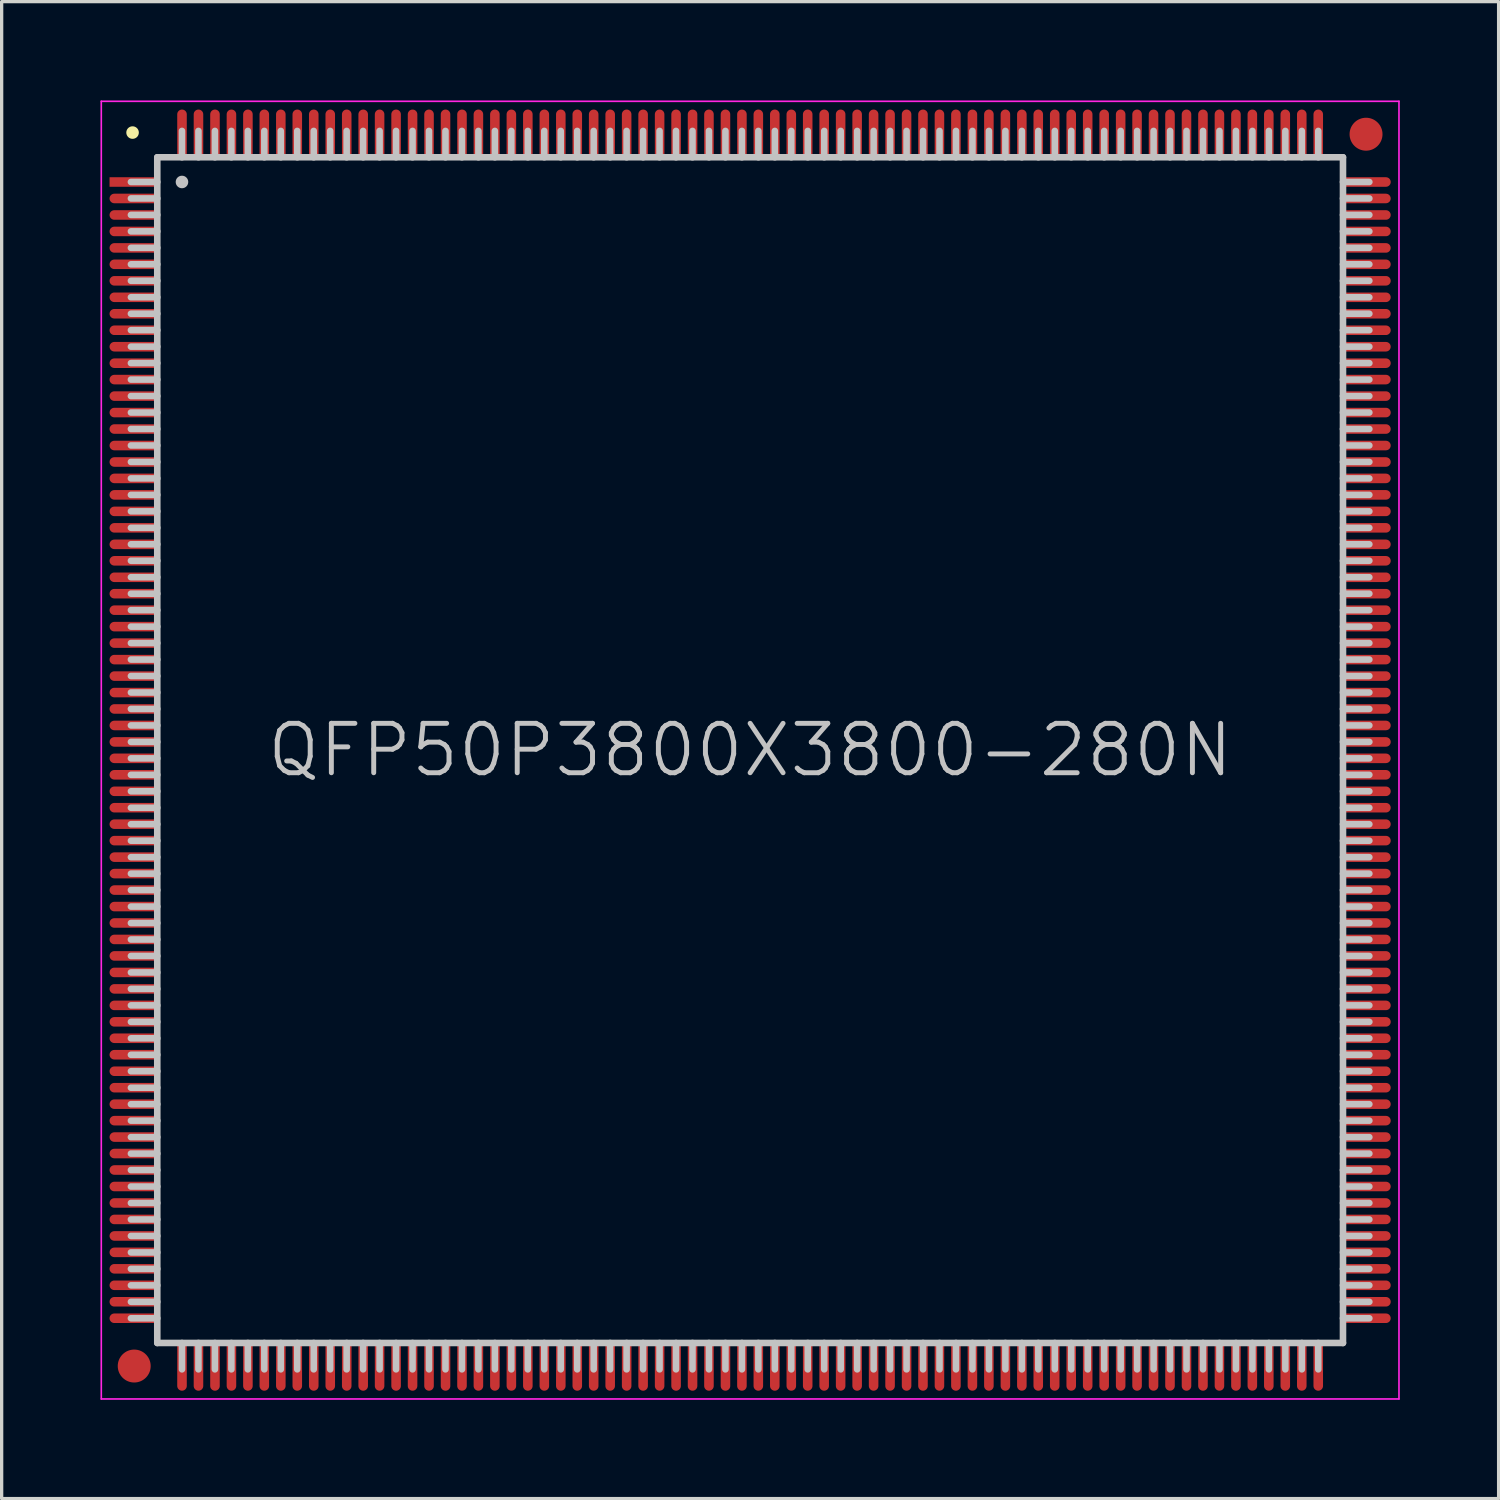
<source format=kicad_pcb>
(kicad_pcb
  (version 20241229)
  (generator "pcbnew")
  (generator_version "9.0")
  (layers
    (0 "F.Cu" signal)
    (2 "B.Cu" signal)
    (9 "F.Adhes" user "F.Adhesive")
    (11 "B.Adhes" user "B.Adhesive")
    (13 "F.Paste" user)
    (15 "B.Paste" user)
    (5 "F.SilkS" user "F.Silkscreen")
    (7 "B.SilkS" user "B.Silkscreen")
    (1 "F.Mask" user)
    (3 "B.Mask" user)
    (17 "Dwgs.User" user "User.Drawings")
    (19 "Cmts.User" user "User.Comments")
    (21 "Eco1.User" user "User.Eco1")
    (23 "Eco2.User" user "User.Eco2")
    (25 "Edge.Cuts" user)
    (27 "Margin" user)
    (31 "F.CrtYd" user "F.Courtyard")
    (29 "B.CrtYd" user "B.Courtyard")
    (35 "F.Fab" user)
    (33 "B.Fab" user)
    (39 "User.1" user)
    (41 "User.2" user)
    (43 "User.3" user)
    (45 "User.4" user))
  (footprint "QFP50P3800X3800-280N"
    (layer "F.Cu")
    (at 19.725 19.725)
    (property "Reference" "QFP50P3800X3800-280N" (at 0 0 0) (layer "Dwgs.User") (effects (font (size 1.5 1.5) (thickness 0.15))))
    (attr smd)
    (fp_line (start -18.75 -18.75) (end -18.75 -18.75) (stroke (width 0.381) (type solid)) (layer "F.SilkS"))
    (fp_line (start -18 -18) (end -18 18) (stroke (width 0.2) (type solid)) (layer "Dwgs.User"))
    (fp_line (start -18 -18) (end 18 -18) (stroke (width 0.2) (type solid)) (layer "Dwgs.User"))
    (fp_line (start -18 -17.25) (end -18.8 -17.25) (stroke (width 0.2) (type solid)) (layer "Dwgs.User"))
    (fp_line (start -18 -16.75) (end -18.8 -16.75) (stroke (width 0.2) (type solid)) (layer "Dwgs.User"))
    (fp_line (start -18 -16.25) (end -18.8 -16.25) (stroke (width 0.2) (type solid)) (layer "Dwgs.User"))
    (fp_line (start -18 -15.75) (end -18.8 -15.75) (stroke (width 0.2) (type solid)) (layer "Dwgs.User"))
    (fp_line (start -18 -15.25) (end -18.8 -15.25) (stroke (width 0.2) (type solid)) (layer "Dwgs.User"))
    (fp_line (start -18 -14.75) (end -18.8 -14.75) (stroke (width 0.2) (type solid)) (layer "Dwgs.User"))
    (fp_line (start -18 -14.25) (end -18.8 -14.25) (stroke (width 0.2) (type solid)) (layer "Dwgs.User"))
    (fp_line (start -18 -13.75) (end -18.8 -13.75) (stroke (width 0.2) (type solid)) (layer "Dwgs.User"))
    (fp_line (start -18 -13.25) (end -18.8 -13.25) (stroke (width 0.2) (type solid)) (layer "Dwgs.User"))
    (fp_line (start -18 -12.75) (end -18.8 -12.75) (stroke (width 0.2) (type solid)) (layer "Dwgs.User"))
    (fp_line (start -18 -12.25) (end -18.8 -12.25) (stroke (width 0.2) (type solid)) (layer "Dwgs.User"))
    (fp_line (start -18 -11.75) (end -18.8 -11.75) (stroke (width 0.2) (type solid)) (layer "Dwgs.User"))
    (fp_line (start -18 -11.25) (end -18.8 -11.25) (stroke (width 0.2) (type solid)) (layer "Dwgs.User"))
    (fp_line (start -18 -10.75) (end -18.8 -10.75) (stroke (width 0.2) (type solid)) (layer "Dwgs.User"))
    (fp_line (start -18 -10.25) (end -18.8 -10.25) (stroke (width 0.2) (type solid)) (layer "Dwgs.User"))
    (fp_line (start -18 -9.75) (end -18.8 -9.75) (stroke (width 0.2) (type solid)) (layer "Dwgs.User"))
    (fp_line (start -18 -9.25) (end -18.8 -9.25) (stroke (width 0.2) (type solid)) (layer "Dwgs.User"))
    (fp_line (start -18 -8.75) (end -18.8 -8.75) (stroke (width 0.2) (type solid)) (layer "Dwgs.User"))
    (fp_line (start -18 -8.25) (end -18.8 -8.25) (stroke (width 0.2) (type solid)) (layer "Dwgs.User"))
    (fp_line (start -18 -7.75) (end -18.8 -7.75) (stroke (width 0.2) (type solid)) (layer "Dwgs.User"))
    (fp_line (start -18 -7.25) (end -18.8 -7.25) (stroke (width 0.2) (type solid)) (layer "Dwgs.User"))
    (fp_line (start -18 -6.75) (end -18.8 -6.75) (stroke (width 0.2) (type solid)) (layer "Dwgs.User"))
    (fp_line (start -18 -6.25) (end -18.8 -6.25) (stroke (width 0.2) (type solid)) (layer "Dwgs.User"))
    (fp_line (start -18 -5.75) (end -18.8 -5.75) (stroke (width 0.2) (type solid)) (layer "Dwgs.User"))
    (fp_line (start -18 -5.25) (end -18.8 -5.25) (stroke (width 0.2) (type solid)) (layer "Dwgs.User"))
    (fp_line (start -18 -4.75) (end -18.8 -4.75) (stroke (width 0.2) (type solid)) (layer "Dwgs.User"))
    (fp_line (start -18 -4.25) (end -18.8 -4.25) (stroke (width 0.2) (type solid)) (layer "Dwgs.User"))
    (fp_line (start -18 -3.75) (end -18.8 -3.75) (stroke (width 0.2) (type solid)) (layer "Dwgs.User"))
    (fp_line (start -18 -3.25) (end -18.8 -3.25) (stroke (width 0.2) (type solid)) (layer "Dwgs.User"))
    (fp_line (start -18 -2.75) (end -18.8 -2.75) (stroke (width 0.2) (type solid)) (layer "Dwgs.User"))
    (fp_line (start -18 -2.25) (end -18.8 -2.25) (stroke (width 0.2) (type solid)) (layer "Dwgs.User"))
    (fp_line (start -18 -1.75) (end -18.8 -1.75) (stroke (width 0.2) (type solid)) (layer "Dwgs.User"))
    (fp_line (start -18 -1.25) (end -18.8 -1.25) (stroke (width 0.2) (type solid)) (layer "Dwgs.User"))
    (fp_line (start -18 -0.75) (end -18.8 -0.75) (stroke (width 0.2) (type solid)) (layer "Dwgs.User"))
    (fp_line (start -18 -0.25) (end -18.8 -0.25) (stroke (width 0.2) (type solid)) (layer "Dwgs.User"))
    (fp_line (start -18 0.25) (end -18.8 0.25) (stroke (width 0.2) (type solid)) (layer "Dwgs.User"))
    (fp_line (start -18 0.75) (end -18.8 0.75) (stroke (width 0.2) (type solid)) (layer "Dwgs.User"))
    (fp_line (start -18 1.25) (end -18.8 1.25) (stroke (width 0.2) (type solid)) (layer "Dwgs.User"))
    (fp_line (start -18 1.75) (end -18.8 1.75) (stroke (width 0.2) (type solid)) (layer "Dwgs.User"))
    (fp_line (start -18 2.25) (end -18.8 2.25) (stroke (width 0.2) (type solid)) (layer "Dwgs.User"))
    (fp_line (start -18 2.75) (end -18.8 2.75) (stroke (width 0.2) (type solid)) (layer "Dwgs.User"))
    (fp_line (start -18 3.25) (end -18.8 3.25) (stroke (width 0.2) (type solid)) (layer "Dwgs.User"))
    (fp_line (start -18 3.75) (end -18.8 3.75) (stroke (width 0.2) (type solid)) (layer "Dwgs.User"))
    (fp_line (start -18 4.25) (end -18.8 4.25) (stroke (width 0.2) (type solid)) (layer "Dwgs.User"))
    (fp_line (start -18 4.75) (end -18.8 4.75) (stroke (width 0.2) (type solid)) (layer "Dwgs.User"))
    (fp_line (start -18 5.25) (end -18.8 5.25) (stroke (width 0.2) (type solid)) (layer "Dwgs.User"))
    (fp_line (start -18 5.75) (end -18.8 5.75) (stroke (width 0.2) (type solid)) (layer "Dwgs.User"))
    (fp_line (start -18 6.25) (end -18.8 6.25) (stroke (width 0.2) (type solid)) (layer "Dwgs.User"))
    (fp_line (start -18 6.75) (end -18.8 6.75) (stroke (width 0.2) (type solid)) (layer "Dwgs.User"))
    (fp_line (start -18 7.25) (end -18.8 7.25) (stroke (width 0.2) (type solid)) (layer "Dwgs.User"))
    (fp_line (start -18 7.75) (end -18.8 7.75) (stroke (width 0.2) (type solid)) (layer "Dwgs.User"))
    (fp_line (start -18 8.25) (end -18.8 8.25) (stroke (width 0.2) (type solid)) (layer "Dwgs.User"))
    (fp_line (start -18 8.75) (end -18.8 8.75) (stroke (width 0.2) (type solid)) (layer "Dwgs.User"))
    (fp_line (start -18 9.25) (end -18.8 9.25) (stroke (width 0.2) (type solid)) (layer "Dwgs.User"))
    (fp_line (start -18 9.75) (end -18.8 9.75) (stroke (width 0.2) (type solid)) (layer "Dwgs.User"))
    (fp_line (start -18 10.25) (end -18.8 10.25) (stroke (width 0.2) (type solid)) (layer "Dwgs.User"))
    (fp_line (start -18 10.75) (end -18.8 10.75) (stroke (width 0.2) (type solid)) (layer "Dwgs.User"))
    (fp_line (start -18 11.25) (end -18.8 11.25) (stroke (width 0.2) (type solid)) (layer "Dwgs.User"))
    (fp_line (start -18 11.75) (end -18.8 11.75) (stroke (width 0.2) (type solid)) (layer "Dwgs.User"))
    (fp_line (start -18 12.25) (end -18.8 12.25) (stroke (width 0.2) (type solid)) (layer "Dwgs.User"))
    (fp_line (start -18 12.75) (end -18.8 12.75) (stroke (width 0.2) (type solid)) (layer "Dwgs.User"))
    (fp_line (start -18 13.25) (end -18.8 13.25) (stroke (width 0.2) (type solid)) (layer "Dwgs.User"))
    (fp_line (start -18 13.75) (end -18.8 13.75) (stroke (width 0.2) (type solid)) (layer "Dwgs.User"))
    (fp_line (start -18 14.25) (end -18.8 14.25) (stroke (width 0.2) (type solid)) (layer "Dwgs.User"))
    (fp_line (start -18 14.75) (end -18.8 14.75) (stroke (width 0.2) (type solid)) (layer "Dwgs.User"))
    (fp_line (start -18 15.25) (end -18.8 15.25) (stroke (width 0.2) (type solid)) (layer "Dwgs.User"))
    (fp_line (start -18 15.75) (end -18.8 15.75) (stroke (width 0.2) (type solid)) (layer "Dwgs.User"))
    (fp_line (start -18 16.25) (end -18.8 16.25) (stroke (width 0.2) (type solid)) (layer "Dwgs.User"))
    (fp_line (start -18 16.75) (end -18.8 16.75) (stroke (width 0.2) (type solid)) (layer "Dwgs.User"))
    (fp_line (start -18 17.25) (end -18.8 17.25) (stroke (width 0.2) (type solid)) (layer "Dwgs.User"))
    (fp_line (start -18 18) (end 18 18) (stroke (width 0.2) (type solid)) (layer "Dwgs.User"))
    (fp_line (start -17.25 -18) (end -17.25 -18.8) (stroke (width 0.2) (type solid)) (layer "Dwgs.User"))
    (fp_line (start -17.25 -17.25) (end -17.25 -17.25) (stroke (width 0.381) (type solid)) (layer "Dwgs.User"))
    (fp_line (start -17.25 18.8) (end -17.25 18) (stroke (width 0.2) (type solid)) (layer "Dwgs.User"))
    (fp_line (start -16.75 -18) (end -16.75 -18.8) (stroke (width 0.2) (type solid)) (layer "Dwgs.User"))
    (fp_line (start -16.75 18.8) (end -16.75 18) (stroke (width 0.2) (type solid)) (layer "Dwgs.User"))
    (fp_line (start -16.25 -18) (end -16.25 -18.8) (stroke (width 0.2) (type solid)) (layer "Dwgs.User"))
    (fp_line (start -16.25 18.8) (end -16.25 18) (stroke (width 0.2) (type solid)) (layer "Dwgs.User"))
    (fp_line (start -15.75 -18) (end -15.75 -18.8) (stroke (width 0.2) (type solid)) (layer "Dwgs.User"))
    (fp_line (start -15.75 18.8) (end -15.75 18) (stroke (width 0.2) (type solid)) (layer "Dwgs.User"))
    (fp_line (start -15.25 -18) (end -15.25 -18.8) (stroke (width 0.2) (type solid)) (layer "Dwgs.User"))
    (fp_line (start -15.25 18.8) (end -15.25 18) (stroke (width 0.2) (type solid)) (layer "Dwgs.User"))
    (fp_line (start -14.75 -18) (end -14.75 -18.8) (stroke (width 0.2) (type solid)) (layer "Dwgs.User"))
    (fp_line (start -14.75 18.8) (end -14.75 18) (stroke (width 0.2) (type solid)) (layer "Dwgs.User"))
    (fp_line (start -14.25 -18) (end -14.25 -18.8) (stroke (width 0.2) (type solid)) (layer "Dwgs.User"))
    (fp_line (start -14.25 18.8) (end -14.25 18) (stroke (width 0.2) (type solid)) (layer "Dwgs.User"))
    (fp_line (start -13.75 -18) (end -13.75 -18.8) (stroke (width 0.2) (type solid)) (layer "Dwgs.User"))
    (fp_line (start -13.75 18.8) (end -13.75 18) (stroke (width 0.2) (type solid)) (layer "Dwgs.User"))
    (fp_line (start -13.25 -18) (end -13.25 -18.8) (stroke (width 0.2) (type solid)) (layer "Dwgs.User"))
    (fp_line (start -13.25 18.8) (end -13.25 18) (stroke (width 0.2) (type solid)) (layer "Dwgs.User"))
    (fp_line (start -12.75 -18) (end -12.75 -18.8) (stroke (width 0.2) (type solid)) (layer "Dwgs.User"))
    (fp_line (start -12.75 18.8) (end -12.75 18) (stroke (width 0.2) (type solid)) (layer "Dwgs.User"))
    (fp_line (start -12.25 -18) (end -12.25 -18.8) (stroke (width 0.2) (type solid)) (layer "Dwgs.User"))
    (fp_line (start -12.25 18.8) (end -12.25 18) (stroke (width 0.2) (type solid)) (layer "Dwgs.User"))
    (fp_line (start -11.75 -18) (end -11.75 -18.8) (stroke (width 0.2) (type solid)) (layer "Dwgs.User"))
    (fp_line (start -11.75 18.8) (end -11.75 18) (stroke (width 0.2) (type solid)) (layer "Dwgs.User"))
    (fp_line (start -11.25 -18) (end -11.25 -18.8) (stroke (width 0.2) (type solid)) (layer "Dwgs.User"))
    (fp_line (start -11.25 18.8) (end -11.25 18) (stroke (width 0.2) (type solid)) (layer "Dwgs.User"))
    (fp_line (start -10.75 -18) (end -10.75 -18.8) (stroke (width 0.2) (type solid)) (layer "Dwgs.User"))
    (fp_line (start -10.75 18.8) (end -10.75 18) (stroke (width 0.2) (type solid)) (layer "Dwgs.User"))
    (fp_line (start -10.25 -18) (end -10.25 -18.8) (stroke (width 0.2) (type solid)) (layer "Dwgs.User"))
    (fp_line (start -10.25 18.8) (end -10.25 18) (stroke (width 0.2) (type solid)) (layer "Dwgs.User"))
    (fp_line (start -9.75 -18) (end -9.75 -18.8) (stroke (width 0.2) (type solid)) (layer "Dwgs.User"))
    (fp_line (start -9.75 18.8) (end -9.75 18) (stroke (width 0.2) (type solid)) (layer "Dwgs.User"))
    (fp_line (start -9.25 -18) (end -9.25 -18.8) (stroke (width 0.2) (type solid)) (layer "Dwgs.User"))
    (fp_line (start -9.25 18.8) (end -9.25 18) (stroke (width 0.2) (type solid)) (layer "Dwgs.User"))
    (fp_line (start -8.75 -18) (end -8.75 -18.8) (stroke (width 0.2) (type solid)) (layer "Dwgs.User"))
    (fp_line (start -8.75 18.8) (end -8.75 18) (stroke (width 0.2) (type solid)) (layer "Dwgs.User"))
    (fp_line (start -8.25 -18) (end -8.25 -18.8) (stroke (width 0.2) (type solid)) (layer "Dwgs.User"))
    (fp_line (start -8.25 18.8) (end -8.25 18) (stroke (width 0.2) (type solid)) (layer "Dwgs.User"))
    (fp_line (start -7.75 -18) (end -7.75 -18.8) (stroke (width 0.2) (type solid)) (layer "Dwgs.User"))
    (fp_line (start -7.75 18.8) (end -7.75 18) (stroke (width 0.2) (type solid)) (layer "Dwgs.User"))
    (fp_line (start -7.25 -18) (end -7.25 -18.8) (stroke (width 0.2) (type solid)) (layer "Dwgs.User"))
    (fp_line (start -7.25 18.8) (end -7.25 18) (stroke (width 0.2) (type solid)) (layer "Dwgs.User"))
    (fp_line (start -6.75 -18) (end -6.75 -18.8) (stroke (width 0.2) (type solid)) (layer "Dwgs.User"))
    (fp_line (start -6.75 18.8) (end -6.75 18) (stroke (width 0.2) (type solid)) (layer "Dwgs.User"))
    (fp_line (start -6.25 -18) (end -6.25 -18.8) (stroke (width 0.2) (type solid)) (layer "Dwgs.User"))
    (fp_line (start -6.25 18.8) (end -6.25 18) (stroke (width 0.2) (type solid)) (layer "Dwgs.User"))
    (fp_line (start -5.75 -18) (end -5.75 -18.8) (stroke (width 0.2) (type solid)) (layer "Dwgs.User"))
    (fp_line (start -5.75 18.8) (end -5.75 18) (stroke (width 0.2) (type solid)) (layer "Dwgs.User"))
    (fp_line (start -5.25 -18) (end -5.25 -18.8) (stroke (width 0.2) (type solid)) (layer "Dwgs.User"))
    (fp_line (start -5.25 18.8) (end -5.25 18) (stroke (width 0.2) (type solid)) (layer "Dwgs.User"))
    (fp_line (start -4.75 -18) (end -4.75 -18.8) (stroke (width 0.2) (type solid)) (layer "Dwgs.User"))
    (fp_line (start -4.75 18.8) (end -4.75 18) (stroke (width 0.2) (type solid)) (layer "Dwgs.User"))
    (fp_line (start -4.25 -18) (end -4.25 -18.8) (stroke (width 0.2) (type solid)) (layer "Dwgs.User"))
    (fp_line (start -4.25 18.8) (end -4.25 18) (stroke (width 0.2) (type solid)) (layer "Dwgs.User"))
    (fp_line (start -3.75 -18) (end -3.75 -18.8) (stroke (width 0.2) (type solid)) (layer "Dwgs.User"))
    (fp_line (start -3.75 18.8) (end -3.75 18) (stroke (width 0.2) (type solid)) (layer "Dwgs.User"))
    (fp_line (start -3.25 -18) (end -3.25 -18.8) (stroke (width 0.2) (type solid)) (layer "Dwgs.User"))
    (fp_line (start -3.25 18.8) (end -3.25 18) (stroke (width 0.2) (type solid)) (layer "Dwgs.User"))
    (fp_line (start -2.75 -18) (end -2.75 -18.8) (stroke (width 0.2) (type solid)) (layer "Dwgs.User"))
    (fp_line (start -2.75 18.8) (end -2.75 18) (stroke (width 0.2) (type solid)) (layer "Dwgs.User"))
    (fp_line (start -2.25 -18) (end -2.25 -18.8) (stroke (width 0.2) (type solid)) (layer "Dwgs.User"))
    (fp_line (start -2.25 18.8) (end -2.25 18) (stroke (width 0.2) (type solid)) (layer "Dwgs.User"))
    (fp_line (start -1.75 -18) (end -1.75 -18.8) (stroke (width 0.2) (type solid)) (layer "Dwgs.User"))
    (fp_line (start -1.75 18.8) (end -1.75 18) (stroke (width 0.2) (type solid)) (layer "Dwgs.User"))
    (fp_line (start -1.25 -18) (end -1.25 -18.8) (stroke (width 0.2) (type solid)) (layer "Dwgs.User"))
    (fp_line (start -1.25 18.8) (end -1.25 18) (stroke (width 0.2) (type solid)) (layer "Dwgs.User"))
    (fp_line (start -0.75 -18) (end -0.75 -18.8) (stroke (width 0.2) (type solid)) (layer "Dwgs.User"))
    (fp_line (start -0.75 18.8) (end -0.75 18) (stroke (width 0.2) (type solid)) (layer "Dwgs.User"))
    (fp_line (start -0.25 -18) (end -0.25 -18.8) (stroke (width 0.2) (type solid)) (layer "Dwgs.User"))
    (fp_line (start -0.25 18.8) (end -0.25 18) (stroke (width 0.2) (type solid)) (layer "Dwgs.User"))
    (fp_line (start 0.25 -18) (end 0.25 -18.8) (stroke (width 0.2) (type solid)) (layer "Dwgs.User"))
    (fp_line (start 0.25 18.8) (end 0.25 18) (stroke (width 0.2) (type solid)) (layer "Dwgs.User"))
    (fp_line (start 0.75 -18) (end 0.75 -18.8) (stroke (width 0.2) (type solid)) (layer "Dwgs.User"))
    (fp_line (start 0.75 18.8) (end 0.75 18) (stroke (width 0.2) (type solid)) (layer "Dwgs.User"))
    (fp_line (start 1.25 -18) (end 1.25 -18.8) (stroke (width 0.2) (type solid)) (layer "Dwgs.User"))
    (fp_line (start 1.25 18.8) (end 1.25 18) (stroke (width 0.2) (type solid)) (layer "Dwgs.User"))
    (fp_line (start 1.75 -18) (end 1.75 -18.8) (stroke (width 0.2) (type solid)) (layer "Dwgs.User"))
    (fp_line (start 1.75 18.8) (end 1.75 18) (stroke (width 0.2) (type solid)) (layer "Dwgs.User"))
    (fp_line (start 2.25 -18) (end 2.25 -18.8) (stroke (width 0.2) (type solid)) (layer "Dwgs.User"))
    (fp_line (start 2.25 18.8) (end 2.25 18) (stroke (width 0.2) (type solid)) (layer "Dwgs.User"))
    (fp_line (start 2.75 -18) (end 2.75 -18.8) (stroke (width 0.2) (type solid)) (layer "Dwgs.User"))
    (fp_line (start 2.75 18.8) (end 2.75 18) (stroke (width 0.2) (type solid)) (layer "Dwgs.User"))
    (fp_line (start 3.25 -18) (end 3.25 -18.8) (stroke (width 0.2) (type solid)) (layer "Dwgs.User"))
    (fp_line (start 3.25 18.8) (end 3.25 18) (stroke (width 0.2) (type solid)) (layer "Dwgs.User"))
    (fp_line (start 3.75 -18) (end 3.75 -18.8) (stroke (width 0.2) (type solid)) (layer "Dwgs.User"))
    (fp_line (start 3.75 18.8) (end 3.75 18) (stroke (width 0.2) (type solid)) (layer "Dwgs.User"))
    (fp_line (start 4.25 -18) (end 4.25 -18.8) (stroke (width 0.2) (type solid)) (layer "Dwgs.User"))
    (fp_line (start 4.25 18.8) (end 4.25 18) (stroke (width 0.2) (type solid)) (layer "Dwgs.User"))
    (fp_line (start 4.75 -18) (end 4.75 -18.8) (stroke (width 0.2) (type solid)) (layer "Dwgs.User"))
    (fp_line (start 4.75 18.8) (end 4.75 18) (stroke (width 0.2) (type solid)) (layer "Dwgs.User"))
    (fp_line (start 5.25 -18) (end 5.25 -18.8) (stroke (width 0.2) (type solid)) (layer "Dwgs.User"))
    (fp_line (start 5.25 18.8) (end 5.25 18) (stroke (width 0.2) (type solid)) (layer "Dwgs.User"))
    (fp_line (start 5.75 -18) (end 5.75 -18.8) (stroke (width 0.2) (type solid)) (layer "Dwgs.User"))
    (fp_line (start 5.75 18.8) (end 5.75 18) (stroke (width 0.2) (type solid)) (layer "Dwgs.User"))
    (fp_line (start 6.25 -18) (end 6.25 -18.8) (stroke (width 0.2) (type solid)) (layer "Dwgs.User"))
    (fp_line (start 6.25 18.8) (end 6.25 18) (stroke (width 0.2) (type solid)) (layer "Dwgs.User"))
    (fp_line (start 6.75 -18) (end 6.75 -18.8) (stroke (width 0.2) (type solid)) (layer "Dwgs.User"))
    (fp_line (start 6.75 18.8) (end 6.75 18) (stroke (width 0.2) (type solid)) (layer "Dwgs.User"))
    (fp_line (start 7.25 -18) (end 7.25 -18.8) (stroke (width 0.2) (type solid)) (layer "Dwgs.User"))
    (fp_line (start 7.25 18.8) (end 7.25 18) (stroke (width 0.2) (type solid)) (layer "Dwgs.User"))
    (fp_line (start 7.75 -18) (end 7.75 -18.8) (stroke (width 0.2) (type solid)) (layer "Dwgs.User"))
    (fp_line (start 7.75 18.8) (end 7.75 18) (stroke (width 0.2) (type solid)) (layer "Dwgs.User"))
    (fp_line (start 8.25 -18) (end 8.25 -18.8) (stroke (width 0.2) (type solid)) (layer "Dwgs.User"))
    (fp_line (start 8.25 18.8) (end 8.25 18) (stroke (width 0.2) (type solid)) (layer "Dwgs.User"))
    (fp_line (start 8.75 -18) (end 8.75 -18.8) (stroke (width 0.2) (type solid)) (layer "Dwgs.User"))
    (fp_line (start 8.75 18.8) (end 8.75 18) (stroke (width 0.2) (type solid)) (layer "Dwgs.User"))
    (fp_line (start 9.25 -18) (end 9.25 -18.8) (stroke (width 0.2) (type solid)) (layer "Dwgs.User"))
    (fp_line (start 9.25 18.8) (end 9.25 18) (stroke (width 0.2) (type solid)) (layer "Dwgs.User"))
    (fp_line (start 9.75 -18) (end 9.75 -18.8) (stroke (width 0.2) (type solid)) (layer "Dwgs.User"))
    (fp_line (start 9.75 18.8) (end 9.75 18) (stroke (width 0.2) (type solid)) (layer "Dwgs.User"))
    (fp_line (start 10.25 -18) (end 10.25 -18.8) (stroke (width 0.2) (type solid)) (layer "Dwgs.User"))
    (fp_line (start 10.25 18.8) (end 10.25 18) (stroke (width 0.2) (type solid)) (layer "Dwgs.User"))
    (fp_line (start 10.75 -18) (end 10.75 -18.8) (stroke (width 0.2) (type solid)) (layer "Dwgs.User"))
    (fp_line (start 10.75 18.8) (end 10.75 18) (stroke (width 0.2) (type solid)) (layer "Dwgs.User"))
    (fp_line (start 11.25 -18) (end 11.25 -18.8) (stroke (width 0.2) (type solid)) (layer "Dwgs.User"))
    (fp_line (start 11.25 18.8) (end 11.25 18) (stroke (width 0.2) (type solid)) (layer "Dwgs.User"))
    (fp_line (start 11.75 -18) (end 11.75 -18.8) (stroke (width 0.2) (type solid)) (layer "Dwgs.User"))
    (fp_line (start 11.75 18.8) (end 11.75 18) (stroke (width 0.2) (type solid)) (layer "Dwgs.User"))
    (fp_line (start 12.25 -18) (end 12.25 -18.8) (stroke (width 0.2) (type solid)) (layer "Dwgs.User"))
    (fp_line (start 12.25 18.8) (end 12.25 18) (stroke (width 0.2) (type solid)) (layer "Dwgs.User"))
    (fp_line (start 12.75 -18) (end 12.75 -18.8) (stroke (width 0.2) (type solid)) (layer "Dwgs.User"))
    (fp_line (start 12.75 18.8) (end 12.75 18) (stroke (width 0.2) (type solid)) (layer "Dwgs.User"))
    (fp_line (start 13.25 -18) (end 13.25 -18.8) (stroke (width 0.2) (type solid)) (layer "Dwgs.User"))
    (fp_line (start 13.25 18.8) (end 13.25 18) (stroke (width 0.2) (type solid)) (layer "Dwgs.User"))
    (fp_line (start 13.75 -18) (end 13.75 -18.8) (stroke (width 0.2) (type solid)) (layer "Dwgs.User"))
    (fp_line (start 13.75 18.8) (end 13.75 18) (stroke (width 0.2) (type solid)) (layer "Dwgs.User"))
    (fp_line (start 14.25 -18) (end 14.25 -18.8) (stroke (width 0.2) (type solid)) (layer "Dwgs.User"))
    (fp_line (start 14.25 18.8) (end 14.25 18) (stroke (width 0.2) (type solid)) (layer "Dwgs.User"))
    (fp_line (start 14.75 -18) (end 14.75 -18.8) (stroke (width 0.2) (type solid)) (layer "Dwgs.User"))
    (fp_line (start 14.75 18.8) (end 14.75 18) (stroke (width 0.2) (type solid)) (layer "Dwgs.User"))
    (fp_line (start 15.25 -18) (end 15.25 -18.8) (stroke (width 0.2) (type solid)) (layer "Dwgs.User"))
    (fp_line (start 15.25 18.8) (end 15.25 18) (stroke (width 0.2) (type solid)) (layer "Dwgs.User"))
    (fp_line (start 15.75 -18) (end 15.75 -18.8) (stroke (width 0.2) (type solid)) (layer "Dwgs.User"))
    (fp_line (start 15.75 18.8) (end 15.75 18) (stroke (width 0.2) (type solid)) (layer "Dwgs.User"))
    (fp_line (start 16.25 -18) (end 16.25 -18.8) (stroke (width 0.2) (type solid)) (layer "Dwgs.User"))
    (fp_line (start 16.25 18.8) (end 16.25 18) (stroke (width 0.2) (type solid)) (layer "Dwgs.User"))
    (fp_line (start 16.75 -18) (end 16.75 -18.8) (stroke (width 0.2) (type solid)) (layer "Dwgs.User"))
    (fp_line (start 16.75 18.8) (end 16.75 18) (stroke (width 0.2) (type solid)) (layer "Dwgs.User"))
    (fp_line (start 17.25 -18) (end 17.25 -18.8) (stroke (width 0.2) (type solid)) (layer "Dwgs.User"))
    (fp_line (start 17.25 18.8) (end 17.25 18) (stroke (width 0.2) (type solid)) (layer "Dwgs.User"))
    (fp_line (start 18 -18) (end 18 18) (stroke (width 0.2) (type solid)) (layer "Dwgs.User"))
    (fp_line (start 18.8 -17.25) (end 18 -17.25) (stroke (width 0.2) (type solid)) (layer "Dwgs.User"))
    (fp_line (start 18.8 -16.75) (end 18 -16.75) (stroke (width 0.2) (type solid)) (layer "Dwgs.User"))
    (fp_line (start 18.8 -16.25) (end 18 -16.25) (stroke (width 0.2) (type solid)) (layer "Dwgs.User"))
    (fp_line (start 18.8 -15.75) (end 18 -15.75) (stroke (width 0.2) (type solid)) (layer "Dwgs.User"))
    (fp_line (start 18.8 -15.25) (end 18 -15.25) (stroke (width 0.2) (type solid)) (layer "Dwgs.User"))
    (fp_line (start 18.8 -14.75) (end 18 -14.75) (stroke (width 0.2) (type solid)) (layer "Dwgs.User"))
    (fp_line (start 18.8 -14.25) (end 18 -14.25) (stroke (width 0.2) (type solid)) (layer "Dwgs.User"))
    (fp_line (start 18.8 -13.75) (end 18 -13.75) (stroke (width 0.2) (type solid)) (layer "Dwgs.User"))
    (fp_line (start 18.8 -13.25) (end 18 -13.25) (stroke (width 0.2) (type solid)) (layer "Dwgs.User"))
    (fp_line (start 18.8 -12.75) (end 18 -12.75) (stroke (width 0.2) (type solid)) (layer "Dwgs.User"))
    (fp_line (start 18.8 -12.25) (end 18 -12.25) (stroke (width 0.2) (type solid)) (layer "Dwgs.User"))
    (fp_line (start 18.8 -11.75) (end 18 -11.75) (stroke (width 0.2) (type solid)) (layer "Dwgs.User"))
    (fp_line (start 18.8 -11.25) (end 18 -11.25) (stroke (width 0.2) (type solid)) (layer "Dwgs.User"))
    (fp_line (start 18.8 -10.75) (end 18 -10.75) (stroke (width 0.2) (type solid)) (layer "Dwgs.User"))
    (fp_line (start 18.8 -10.25) (end 18 -10.25) (stroke (width 0.2) (type solid)) (layer "Dwgs.User"))
    (fp_line (start 18.8 -9.75) (end 18 -9.75) (stroke (width 0.2) (type solid)) (layer "Dwgs.User"))
    (fp_line (start 18.8 -9.25) (end 18 -9.25) (stroke (width 0.2) (type solid)) (layer "Dwgs.User"))
    (fp_line (start 18.8 -8.75) (end 18 -8.75) (stroke (width 0.2) (type solid)) (layer "Dwgs.User"))
    (fp_line (start 18.8 -8.25) (end 18 -8.25) (stroke (width 0.2) (type solid)) (layer "Dwgs.User"))
    (fp_line (start 18.8 -7.75) (end 18 -7.75) (stroke (width 0.2) (type solid)) (layer "Dwgs.User"))
    (fp_line (start 18.8 -7.25) (end 18 -7.25) (stroke (width 0.2) (type solid)) (layer "Dwgs.User"))
    (fp_line (start 18.8 -6.75) (end 18 -6.75) (stroke (width 0.2) (type solid)) (layer "Dwgs.User"))
    (fp_line (start 18.8 -6.25) (end 18 -6.25) (stroke (width 0.2) (type solid)) (layer "Dwgs.User"))
    (fp_line (start 18.8 -5.75) (end 18 -5.75) (stroke (width 0.2) (type solid)) (layer "Dwgs.User"))
    (fp_line (start 18.8 -5.25) (end 18 -5.25) (stroke (width 0.2) (type solid)) (layer "Dwgs.User"))
    (fp_line (start 18.8 -4.75) (end 18 -4.75) (stroke (width 0.2) (type solid)) (layer "Dwgs.User"))
    (fp_line (start 18.8 -4.25) (end 18 -4.25) (stroke (width 0.2) (type solid)) (layer "Dwgs.User"))
    (fp_line (start 18.8 -3.75) (end 18 -3.75) (stroke (width 0.2) (type solid)) (layer "Dwgs.User"))
    (fp_line (start 18.8 -3.25) (end 18 -3.25) (stroke (width 0.2) (type solid)) (layer "Dwgs.User"))
    (fp_line (start 18.8 -2.75) (end 18 -2.75) (stroke (width 0.2) (type solid)) (layer "Dwgs.User"))
    (fp_line (start 18.8 -2.25) (end 18 -2.25) (stroke (width 0.2) (type solid)) (layer "Dwgs.User"))
    (fp_line (start 18.8 -1.75) (end 18 -1.75) (stroke (width 0.2) (type solid)) (layer "Dwgs.User"))
    (fp_line (start 18.8 -1.25) (end 18 -1.25) (stroke (width 0.2) (type solid)) (layer "Dwgs.User"))
    (fp_line (start 18.8 -0.75) (end 18 -0.75) (stroke (width 0.2) (type solid)) (layer "Dwgs.User"))
    (fp_line (start 18.8 -0.25) (end 18 -0.25) (stroke (width 0.2) (type solid)) (layer "Dwgs.User"))
    (fp_line (start 18.8 0.25) (end 18 0.25) (stroke (width 0.2) (type solid)) (layer "Dwgs.User"))
    (fp_line (start 18.8 0.75) (end 18 0.75) (stroke (width 0.2) (type solid)) (layer "Dwgs.User"))
    (fp_line (start 18.8 1.25) (end 18 1.25) (stroke (width 0.2) (type solid)) (layer "Dwgs.User"))
    (fp_line (start 18.8 1.75) (end 18 1.75) (stroke (width 0.2) (type solid)) (layer "Dwgs.User"))
    (fp_line (start 18.8 2.25) (end 18 2.25) (stroke (width 0.2) (type solid)) (layer "Dwgs.User"))
    (fp_line (start 18.8 2.75) (end 18 2.75) (stroke (width 0.2) (type solid)) (layer "Dwgs.User"))
    (fp_line (start 18.8 3.25) (end 18 3.25) (stroke (width 0.2) (type solid)) (layer "Dwgs.User"))
    (fp_line (start 18.8 3.75) (end 18 3.75) (stroke (width 0.2) (type solid)) (layer "Dwgs.User"))
    (fp_line (start 18.8 4.25) (end 18 4.25) (stroke (width 0.2) (type solid)) (layer "Dwgs.User"))
    (fp_line (start 18.8 4.75) (end 18 4.75) (stroke (width 0.2) (type solid)) (layer "Dwgs.User"))
    (fp_line (start 18.8 5.25) (end 18 5.25) (stroke (width 0.2) (type solid)) (layer "Dwgs.User"))
    (fp_line (start 18.8 5.75) (end 18 5.75) (stroke (width 0.2) (type solid)) (layer "Dwgs.User"))
    (fp_line (start 18.8 6.25) (end 18 6.25) (stroke (width 0.2) (type solid)) (layer "Dwgs.User"))
    (fp_line (start 18.8 6.75) (end 18 6.75) (stroke (width 0.2) (type solid)) (layer "Dwgs.User"))
    (fp_line (start 18.8 7.25) (end 18 7.25) (stroke (width 0.2) (type solid)) (layer "Dwgs.User"))
    (fp_line (start 18.8 7.75) (end 18 7.75) (stroke (width 0.2) (type solid)) (layer "Dwgs.User"))
    (fp_line (start 18.8 8.25) (end 18 8.25) (stroke (width 0.2) (type solid)) (layer "Dwgs.User"))
    (fp_line (start 18.8 8.75) (end 18 8.75) (stroke (width 0.2) (type solid)) (layer "Dwgs.User"))
    (fp_line (start 18.8 9.25) (end 18 9.25) (stroke (width 0.2) (type solid)) (layer "Dwgs.User"))
    (fp_line (start 18.8 9.75) (end 18 9.75) (stroke (width 0.2) (type solid)) (layer "Dwgs.User"))
    (fp_line (start 18.8 10.25) (end 18 10.25) (stroke (width 0.2) (type solid)) (layer "Dwgs.User"))
    (fp_line (start 18.8 10.75) (end 18 10.75) (stroke (width 0.2) (type solid)) (layer "Dwgs.User"))
    (fp_line (start 18.8 11.25) (end 18 11.25) (stroke (width 0.2) (type solid)) (layer "Dwgs.User"))
    (fp_line (start 18.8 11.75) (end 18 11.75) (stroke (width 0.2) (type solid)) (layer "Dwgs.User"))
    (fp_line (start 18.8 12.25) (end 18 12.25) (stroke (width 0.2) (type solid)) (layer "Dwgs.User"))
    (fp_line (start 18.8 12.75) (end 18 12.75) (stroke (width 0.2) (type solid)) (layer "Dwgs.User"))
    (fp_line (start 18.8 13.25) (end 18 13.25) (stroke (width 0.2) (type solid)) (layer "Dwgs.User"))
    (fp_line (start 18.8 13.75) (end 18 13.75) (stroke (width 0.2) (type solid)) (layer "Dwgs.User"))
    (fp_line (start 18.8 14.25) (end 18 14.25) (stroke (width 0.2) (type solid)) (layer "Dwgs.User"))
    (fp_line (start 18.8 14.75) (end 18 14.75) (stroke (width 0.2) (type solid)) (layer "Dwgs.User"))
    (fp_line (start 18.8 15.25) (end 18 15.25) (stroke (width 0.2) (type solid)) (layer "Dwgs.User"))
    (fp_line (start 18.8 15.75) (end 18 15.75) (stroke (width 0.2) (type solid)) (layer "Dwgs.User"))
    (fp_line (start 18.8 16.25) (end 18 16.25) (stroke (width 0.2) (type solid)) (layer "Dwgs.User"))
    (fp_line (start 18.8 16.75) (end 18 16.75) (stroke (width 0.2) (type solid)) (layer "Dwgs.User"))
    (fp_line (start 18.8 17.25) (end 18 17.25) (stroke (width 0.2) (type solid)) (layer "Dwgs.User"))
    (fp_line (start -19.7 -19.7) (end -19.7 19.7) (stroke (width 0.05) (type solid)) (layer "F.CrtYd"))
    (fp_line (start -19.7 -19.7) (end 19.7 -19.7) (stroke (width 0.05) (type solid)) (layer "F.CrtYd"))
    (fp_line (start -19.7 19.7) (end 19.7 19.7) (stroke (width 0.05) (type solid)) (layer "F.CrtYd"))
    (fp_line (start 19.7 -19.7) (end 19.7 19.7) (stroke (width 0.05) (type solid)) (layer "F.CrtYd"))
    (pad "" smd circle (at -18.7 18.7) (size 1 1) (layers "F.Cu" "F.Mask"))
    (pad "" smd circle (at 18.7 -18.7) (size 1 1) (layers "F.Cu" "F.Mask"))
    (pad "1" smd rect (at -18.699 -17.249 90) (size 0.29 1.5) (layers "F.Cu" "F.Mask" "F.Paste"))
    (pad "2" smd oval (at -18.699 -16.749 90) (size 0.29 1.5) (layers "F.Cu" "F.Mask" "F.Paste"))
    (pad "3" smd oval (at -18.699 -16.248 90) (size 0.29 1.5) (layers "F.Cu" "F.Mask" "F.Paste"))
    (pad "4" smd oval (at -18.699 -15.748 90) (size 0.29 1.5) (layers "F.Cu" "F.Mask" "F.Paste"))
    (pad "5" smd oval (at -18.699 -15.248 90) (size 0.29 1.5) (layers "F.Cu" "F.Mask" "F.Paste"))
    (pad "6" smd oval (at -18.699 -14.75 90) (size 0.29 1.5) (layers "F.Cu" "F.Mask" "F.Paste"))
    (pad "7" smd oval (at -18.699 -14.249 90) (size 0.29 1.5) (layers "F.Cu" "F.Mask" "F.Paste"))
    (pad "8" smd oval (at -18.699 -13.749 90) (size 0.29 1.5) (layers "F.Cu" "F.Mask" "F.Paste"))
    (pad "9" smd oval (at -18.699 -13.249 90) (size 0.29 1.5) (layers "F.Cu" "F.Mask" "F.Paste"))
    (pad "10" smd oval (at -18.699 -12.748 90) (size 0.29 1.5) (layers "F.Cu" "F.Mask" "F.Paste"))
    (pad "11" smd oval (at -18.699 -12.248 90) (size 0.29 1.5) (layers "F.Cu" "F.Mask" "F.Paste"))
    (pad "12" smd oval (at -18.699 -11.748 90) (size 0.29 1.5) (layers "F.Cu" "F.Mask" "F.Paste"))
    (pad "13" smd oval (at -18.699 -11.25 90) (size 0.29 1.5) (layers "F.Cu" "F.Mask" "F.Paste"))
    (pad "14" smd oval (at -18.699 -10.749 90) (size 0.29 1.5) (layers "F.Cu" "F.Mask" "F.Paste"))
    (pad "15" smd oval (at -18.699 -10.249 90) (size 0.29 1.5) (layers "F.Cu" "F.Mask" "F.Paste"))
    (pad "16" smd oval (at -18.699 -9.749 90) (size 0.29 1.5) (layers "F.Cu" "F.Mask" "F.Paste"))
    (pad "17" smd oval (at -18.699 -9.248 90) (size 0.29 1.5) (layers "F.Cu" "F.Mask" "F.Paste"))
    (pad "18" smd oval (at -18.699 -8.748 90) (size 0.29 1.5) (layers "F.Cu" "F.Mask" "F.Paste"))
    (pad "19" smd oval (at -18.699 -8.25 90) (size 0.29 1.5) (layers "F.Cu" "F.Mask" "F.Paste"))
    (pad "20" smd oval (at -18.699 -7.75 90) (size 0.29 1.5) (layers "F.Cu" "F.Mask" "F.Paste"))
    (pad "21" smd oval (at -18.699 -7.249 90) (size 0.29 1.5) (layers "F.Cu" "F.Mask" "F.Paste"))
    (pad "22" smd oval (at -18.699 -6.749 90) (size 0.29 1.5) (layers "F.Cu" "F.Mask" "F.Paste"))
    (pad "23" smd oval (at -18.699 -6.248 90) (size 0.29 1.5) (layers "F.Cu" "F.Mask" "F.Paste"))
    (pad "24" smd oval (at -18.699 -5.748 90) (size 0.29 1.5) (layers "F.Cu" "F.Mask" "F.Paste"))
    (pad "25" smd oval (at -18.699 -5.248 90) (size 0.29 1.5) (layers "F.Cu" "F.Mask" "F.Paste"))
    (pad "26" smd oval (at -18.699 -4.75 90) (size 0.29 1.5) (layers "F.Cu" "F.Mask" "F.Paste"))
    (pad "27" smd oval (at -18.699 -4.249 90) (size 0.29 1.5) (layers "F.Cu" "F.Mask" "F.Paste"))
    (pad "28" smd oval (at -18.699 -3.749 90) (size 0.29 1.5) (layers "F.Cu" "F.Mask" "F.Paste"))
    (pad "29" smd oval (at -18.699 -3.249 90) (size 0.29 1.5) (layers "F.Cu" "F.Mask" "F.Paste"))
    (pad "30" smd oval (at -18.699 -2.748 90) (size 0.29 1.5) (layers "F.Cu" "F.Mask" "F.Paste"))
    (pad "31" smd oval (at -18.699 -2.248 90) (size 0.29 1.5) (layers "F.Cu" "F.Mask" "F.Paste"))
    (pad "32" smd oval (at -18.699 -1.748 90) (size 0.29 1.5) (layers "F.Cu" "F.Mask" "F.Paste"))
    (pad "33" smd oval (at -18.699 -1.25 90) (size 0.29 1.5) (layers "F.Cu" "F.Mask" "F.Paste"))
    (pad "34" smd oval (at -18.699 -0.749 90) (size 0.29 1.5) (layers "F.Cu" "F.Mask" "F.Paste"))
    (pad "35" smd oval (at -18.699 -0.249 90) (size 0.29 1.5) (layers "F.Cu" "F.Mask" "F.Paste"))
    (pad "36" smd oval (at -18.699 0.249 90) (size 0.29 1.5) (layers "F.Cu" "F.Mask" "F.Paste"))
    (pad "37" smd oval (at -18.699 0.749 90) (size 0.29 1.5) (layers "F.Cu" "F.Mask" "F.Paste"))
    (pad "38" smd oval (at -18.699 1.25 90) (size 0.29 1.5) (layers "F.Cu" "F.Mask" "F.Paste"))
    (pad "39" smd oval (at -18.699 1.748 90) (size 0.29 1.5) (layers "F.Cu" "F.Mask" "F.Paste"))
    (pad "40" smd oval (at -18.699 2.248 90) (size 0.29 1.5) (layers "F.Cu" "F.Mask" "F.Paste"))
    (pad "41" smd oval (at -18.699 2.748 90) (size 0.29 1.5) (layers "F.Cu" "F.Mask" "F.Paste"))
    (pad "42" smd oval (at -18.699 3.249 90) (size 0.29 1.5) (layers "F.Cu" "F.Mask" "F.Paste"))
    (pad "43" smd oval (at -18.699 3.749 90) (size 0.29 1.5) (layers "F.Cu" "F.Mask" "F.Paste"))
    (pad "44" smd oval (at -18.699 4.249 90) (size 0.29 1.5) (layers "F.Cu" "F.Mask" "F.Paste"))
    (pad "45" smd oval (at -18.699 4.75 90) (size 0.29 1.5) (layers "F.Cu" "F.Mask" "F.Paste"))
    (pad "46" smd oval (at -18.699 5.248 90) (size 0.29 1.5) (layers "F.Cu" "F.Mask" "F.Paste"))
    (pad "47" smd oval (at -18.699 5.748 90) (size 0.29 1.5) (layers "F.Cu" "F.Mask" "F.Paste"))
    (pad "48" smd oval (at -18.699 6.248 90) (size 0.29 1.5) (layers "F.Cu" "F.Mask" "F.Paste"))
    (pad "49" smd oval (at -18.699 6.749 90) (size 0.29 1.5) (layers "F.Cu" "F.Mask" "F.Paste"))
    (pad "50" smd oval (at -18.699 7.249 90) (size 0.29 1.5) (layers "F.Cu" "F.Mask" "F.Paste"))
    (pad "51" smd oval (at -18.699 7.75 90) (size 0.29 1.5) (layers "F.Cu" "F.Mask" "F.Paste"))
    (pad "52" smd oval (at -18.699 8.25 90) (size 0.29 1.5) (layers "F.Cu" "F.Mask" "F.Paste"))
    (pad "53" smd oval (at -18.699 8.748 90) (size 0.29 1.5) (layers "F.Cu" "F.Mask" "F.Paste"))
    (pad "54" smd oval (at -18.699 9.248 90) (size 0.29 1.5) (layers "F.Cu" "F.Mask" "F.Paste"))
    (pad "55" smd oval (at -18.699 9.749 90) (size 0.29 1.5) (layers "F.Cu" "F.Mask" "F.Paste"))
    (pad "56" smd oval (at -18.699 10.249 90) (size 0.29 1.5) (layers "F.Cu" "F.Mask" "F.Paste"))
    (pad "57" smd oval (at -18.699 10.749 90) (size 0.29 1.5) (layers "F.Cu" "F.Mask" "F.Paste"))
    (pad "58" smd oval (at -18.699 11.25 90) (size 0.29 1.5) (layers "F.Cu" "F.Mask" "F.Paste"))
    (pad "59" smd oval (at -18.699 11.748 90) (size 0.29 1.5) (layers "F.Cu" "F.Mask" "F.Paste"))
    (pad "60" smd oval (at -18.699 12.248 90) (size 0.29 1.5) (layers "F.Cu" "F.Mask" "F.Paste"))
    (pad "61" smd oval (at -18.699 12.748 90) (size 0.29 1.5) (layers "F.Cu" "F.Mask" "F.Paste"))
    (pad "62" smd oval (at -18.699 13.249 90) (size 0.29 1.5) (layers "F.Cu" "F.Mask" "F.Paste"))
    (pad "63" smd oval (at -18.699 13.749 90) (size 0.29 1.5) (layers "F.Cu" "F.Mask" "F.Paste"))
    (pad "64" smd oval (at -18.699 14.249 90) (size 0.29 1.5) (layers "F.Cu" "F.Mask" "F.Paste"))
    (pad "65" smd oval (at -18.699 14.75 90) (size 0.29 1.5) (layers "F.Cu" "F.Mask" "F.Paste"))
    (pad "66" smd oval (at -18.699 15.248 90) (size 0.29 1.5) (layers "F.Cu" "F.Mask" "F.Paste"))
    (pad "67" smd oval (at -18.699 15.748 90) (size 0.29 1.5) (layers "F.Cu" "F.Mask" "F.Paste"))
    (pad "68" smd oval (at -18.699 16.248 90) (size 0.29 1.5) (layers "F.Cu" "F.Mask" "F.Paste"))
    (pad "69" smd oval (at -18.699 16.749 90) (size 0.29 1.5) (layers "F.Cu" "F.Mask" "F.Paste"))
    (pad "70" smd oval (at -18.699 17.249 90) (size 0.29 1.5) (layers "F.Cu" "F.Mask" "F.Paste"))
    (pad "71" smd oval (at -17.249 18.699 180) (size 0.29 1.5) (layers "F.Cu" "F.Mask" "F.Paste"))
    (pad "72" smd oval (at -16.749 18.699 180) (size 0.29 1.5) (layers "F.Cu" "F.Mask" "F.Paste"))
    (pad "73" smd oval (at -16.248 18.699 180) (size 0.29 1.5) (layers "F.Cu" "F.Mask" "F.Paste"))
    (pad "74" smd oval (at -15.748 18.699 180) (size 0.29 1.5) (layers "F.Cu" "F.Mask" "F.Paste"))
    (pad "75" smd oval (at -15.248 18.699 180) (size 0.29 1.5) (layers "F.Cu" "F.Mask" "F.Paste"))
    (pad "76" smd oval (at -14.75 18.699 180) (size 0.29 1.5) (layers "F.Cu" "F.Mask" "F.Paste"))
    (pad "77" smd oval (at -14.249 18.699 180) (size 0.29 1.5) (layers "F.Cu" "F.Mask" "F.Paste"))
    (pad "78" smd oval (at -13.749 18.699 180) (size 0.29 1.5) (layers "F.Cu" "F.Mask" "F.Paste"))
    (pad "79" smd oval (at -13.249 18.699 180) (size 0.29 1.5) (layers "F.Cu" "F.Mask" "F.Paste"))
    (pad "80" smd oval (at -12.748 18.699 180) (size 0.29 1.5) (layers "F.Cu" "F.Mask" "F.Paste"))
    (pad "81" smd oval (at -12.248 18.699 180) (size 0.29 1.5) (layers "F.Cu" "F.Mask" "F.Paste"))
    (pad "82" smd oval (at -11.748 18.699 180) (size 0.29 1.5) (layers "F.Cu" "F.Mask" "F.Paste"))
    (pad "83" smd oval (at -11.25 18.699 180) (size 0.29 1.5) (layers "F.Cu" "F.Mask" "F.Paste"))
    (pad "84" smd oval (at -10.749 18.699 180) (size 0.29 1.5) (layers "F.Cu" "F.Mask" "F.Paste"))
    (pad "85" smd oval (at -10.249 18.699 180) (size 0.29 1.5) (layers "F.Cu" "F.Mask" "F.Paste"))
    (pad "86" smd oval (at -9.749 18.699 180) (size 0.29 1.5) (layers "F.Cu" "F.Mask" "F.Paste"))
    (pad "87" smd oval (at -9.248 18.699 180) (size 0.29 1.5) (layers "F.Cu" "F.Mask" "F.Paste"))
    (pad "88" smd oval (at -8.748 18.699 180) (size 0.29 1.5) (layers "F.Cu" "F.Mask" "F.Paste"))
    (pad "89" smd oval (at -8.25 18.699 180) (size 0.29 1.5) (layers "F.Cu" "F.Mask" "F.Paste"))
    (pad "90" smd oval (at -7.75 18.699 180) (size 0.29 1.5) (layers "F.Cu" "F.Mask" "F.Paste"))
    (pad "91" smd oval (at -7.249 18.699 180) (size 0.29 1.5) (layers "F.Cu" "F.Mask" "F.Paste"))
    (pad "92" smd oval (at -6.749 18.699 180) (size 0.29 1.5) (layers "F.Cu" "F.Mask" "F.Paste"))
    (pad "93" smd oval (at -6.248 18.699 180) (size 0.29 1.5) (layers "F.Cu" "F.Mask" "F.Paste"))
    (pad "94" smd oval (at -5.748 18.699 180) (size 0.29 1.5) (layers "F.Cu" "F.Mask" "F.Paste"))
    (pad "95" smd oval (at -5.248 18.699 180) (size 0.29 1.5) (layers "F.Cu" "F.Mask" "F.Paste"))
    (pad "96" smd oval (at -4.75 18.699 180) (size 0.29 1.5) (layers "F.Cu" "F.Mask" "F.Paste"))
    (pad "97" smd oval (at -4.249 18.699 180) (size 0.29 1.5) (layers "F.Cu" "F.Mask" "F.Paste"))
    (pad "98" smd oval (at -3.749 18.699 180) (size 0.29 1.5) (layers "F.Cu" "F.Mask" "F.Paste"))
    (pad "99" smd oval (at -3.249 18.699 180) (size 0.29 1.5) (layers "F.Cu" "F.Mask" "F.Paste"))
    (pad "100" smd oval (at -2.748 18.699 180) (size 0.29 1.5) (layers "F.Cu" "F.Mask" "F.Paste"))
    (pad "101" smd oval (at -2.248 18.699 180) (size 0.29 1.5) (layers "F.Cu" "F.Mask" "F.Paste"))
    (pad "102" smd oval (at -1.748 18.699 180) (size 0.29 1.5) (layers "F.Cu" "F.Mask" "F.Paste"))
    (pad "103" smd oval (at -1.25 18.699 180) (size 0.29 1.5) (layers "F.Cu" "F.Mask" "F.Paste"))
    (pad "104" smd oval (at -0.749 18.699 180) (size 0.29 1.5) (layers "F.Cu" "F.Mask" "F.Paste"))
    (pad "105" smd oval (at -0.249 18.699 180) (size 0.29 1.5) (layers "F.Cu" "F.Mask" "F.Paste"))
    (pad "106" smd oval (at 0.249 18.699 180) (size 0.29 1.5) (layers "F.Cu" "F.Mask" "F.Paste"))
    (pad "107" smd oval (at 0.749 18.699 180) (size 0.29 1.5) (layers "F.Cu" "F.Mask" "F.Paste"))
    (pad "108" smd oval (at 1.25 18.699 180) (size 0.29 1.5) (layers "F.Cu" "F.Mask" "F.Paste"))
    (pad "109" smd oval (at 1.748 18.699 180) (size 0.29 1.5) (layers "F.Cu" "F.Mask" "F.Paste"))
    (pad "110" smd oval (at 2.248 18.699 180) (size 0.29 1.5) (layers "F.Cu" "F.Mask" "F.Paste"))
    (pad "111" smd oval (at 2.748 18.699 180) (size 0.29 1.5) (layers "F.Cu" "F.Mask" "F.Paste"))
    (pad "112" smd oval (at 3.249 18.699 180) (size 0.29 1.5) (layers "F.Cu" "F.Mask" "F.Paste"))
    (pad "113" smd oval (at 3.749 18.699 180) (size 0.29 1.5) (layers "F.Cu" "F.Mask" "F.Paste"))
    (pad "114" smd oval (at 4.249 18.699 180) (size 0.29 1.5) (layers "F.Cu" "F.Mask" "F.Paste"))
    (pad "115" smd oval (at 4.75 18.699 180) (size 0.29 1.5) (layers "F.Cu" "F.Mask" "F.Paste"))
    (pad "116" smd oval (at 5.248 18.699 180) (size 0.29 1.5) (layers "F.Cu" "F.Mask" "F.Paste"))
    (pad "117" smd oval (at 5.748 18.699 180) (size 0.29 1.5) (layers "F.Cu" "F.Mask" "F.Paste"))
    (pad "118" smd oval (at 6.248 18.699 180) (size 0.29 1.5) (layers "F.Cu" "F.Mask" "F.Paste"))
    (pad "119" smd oval (at 6.749 18.699 180) (size 0.29 1.5) (layers "F.Cu" "F.Mask" "F.Paste"))
    (pad "120" smd oval (at 7.249 18.699 180) (size 0.29 1.5) (layers "F.Cu" "F.Mask" "F.Paste"))
    (pad "121" smd oval (at 7.75 18.699 180) (size 0.29 1.5) (layers "F.Cu" "F.Mask" "F.Paste"))
    (pad "122" smd oval (at 8.25 18.699 180) (size 0.29 1.5) (layers "F.Cu" "F.Mask" "F.Paste"))
    (pad "123" smd oval (at 8.748 18.699 180) (size 0.29 1.5) (layers "F.Cu" "F.Mask" "F.Paste"))
    (pad "124" smd oval (at 9.248 18.699 180) (size 0.29 1.5) (layers "F.Cu" "F.Mask" "F.Paste"))
    (pad "125" smd oval (at 9.749 18.699 180) (size 0.29 1.5) (layers "F.Cu" "F.Mask" "F.Paste"))
    (pad "126" smd oval (at 10.249 18.699 180) (size 0.29 1.5) (layers "F.Cu" "F.Mask" "F.Paste"))
    (pad "127" smd oval (at 10.749 18.699 180) (size 0.29 1.5) (layers "F.Cu" "F.Mask" "F.Paste"))
    (pad "128" smd oval (at 11.25 18.699 180) (size 0.29 1.5) (layers "F.Cu" "F.Mask" "F.Paste"))
    (pad "129" smd oval (at 11.748 18.699 180) (size 0.29 1.5) (layers "F.Cu" "F.Mask" "F.Paste"))
    (pad "130" smd oval (at 12.248 18.699 180) (size 0.29 1.5) (layers "F.Cu" "F.Mask" "F.Paste"))
    (pad "131" smd oval (at 12.748 18.699 180) (size 0.29 1.5) (layers "F.Cu" "F.Mask" "F.Paste"))
    (pad "132" smd oval (at 13.249 18.699 180) (size 0.29 1.5) (layers "F.Cu" "F.Mask" "F.Paste"))
    (pad "133" smd oval (at 13.749 18.699 180) (size 0.29 1.5) (layers "F.Cu" "F.Mask" "F.Paste"))
    (pad "134" smd oval (at 14.249 18.699 180) (size 0.29 1.5) (layers "F.Cu" "F.Mask" "F.Paste"))
    (pad "135" smd oval (at 14.75 18.699 180) (size 0.29 1.5) (layers "F.Cu" "F.Mask" "F.Paste"))
    (pad "136" smd oval (at 15.248 18.699 180) (size 0.29 1.5) (layers "F.Cu" "F.Mask" "F.Paste"))
    (pad "137" smd oval (at 15.748 18.699 180) (size 0.29 1.5) (layers "F.Cu" "F.Mask" "F.Paste"))
    (pad "138" smd oval (at 16.248 18.699 180) (size 0.29 1.5) (layers "F.Cu" "F.Mask" "F.Paste"))
    (pad "139" smd oval (at 16.749 18.699 180) (size 0.29 1.5) (layers "F.Cu" "F.Mask" "F.Paste"))
    (pad "140" smd oval (at 17.249 18.699 180) (size 0.29 1.5) (layers "F.Cu" "F.Mask" "F.Paste"))
    (pad "141" smd oval (at 18.699 17.249 270) (size 0.29 1.5) (layers "F.Cu" "F.Mask" "F.Paste"))
    (pad "142" smd oval (at 18.699 16.749 270) (size 0.29 1.5) (layers "F.Cu" "F.Mask" "F.Paste"))
    (pad "143" smd oval (at 18.699 16.248 270) (size 0.29 1.5) (layers "F.Cu" "F.Mask" "F.Paste"))
    (pad "144" smd oval (at 18.699 15.748 270) (size 0.29 1.5) (layers "F.Cu" "F.Mask" "F.Paste"))
    (pad "145" smd oval (at 18.699 15.248 270) (size 0.29 1.5) (layers "F.Cu" "F.Mask" "F.Paste"))
    (pad "146" smd oval (at 18.699 14.75 270) (size 0.29 1.5) (layers "F.Cu" "F.Mask" "F.Paste"))
    (pad "147" smd oval (at 18.699 14.249 270) (size 0.29 1.5) (layers "F.Cu" "F.Mask" "F.Paste"))
    (pad "148" smd oval (at 18.699 13.749 270) (size 0.29 1.5) (layers "F.Cu" "F.Mask" "F.Paste"))
    (pad "149" smd oval (at 18.699 13.249 270) (size 0.29 1.5) (layers "F.Cu" "F.Mask" "F.Paste"))
    (pad "150" smd oval (at 18.699 12.748 270) (size 0.29 1.5) (layers "F.Cu" "F.Mask" "F.Paste"))
    (pad "151" smd oval (at 18.699 12.248 270) (size 0.29 1.5) (layers "F.Cu" "F.Mask" "F.Paste"))
    (pad "152" smd oval (at 18.699 11.748 270) (size 0.29 1.5) (layers "F.Cu" "F.Mask" "F.Paste"))
    (pad "153" smd oval (at 18.699 11.25 270) (size 0.29 1.5) (layers "F.Cu" "F.Mask" "F.Paste"))
    (pad "154" smd oval (at 18.699 10.749 270) (size 0.29 1.5) (layers "F.Cu" "F.Mask" "F.Paste"))
    (pad "155" smd oval (at 18.699 10.249 270) (size 0.29 1.5) (layers "F.Cu" "F.Mask" "F.Paste"))
    (pad "156" smd oval (at 18.699 9.749 270) (size 0.29 1.5) (layers "F.Cu" "F.Mask" "F.Paste"))
    (pad "157" smd oval (at 18.699 9.248 270) (size 0.29 1.5) (layers "F.Cu" "F.Mask" "F.Paste"))
    (pad "158" smd oval (at 18.699 8.748 270) (size 0.29 1.5) (layers "F.Cu" "F.Mask" "F.Paste"))
    (pad "159" smd oval (at 18.699 8.25 270) (size 0.29 1.5) (layers "F.Cu" "F.Mask" "F.Paste"))
    (pad "160" smd oval (at 18.699 7.75 270) (size 0.29 1.5) (layers "F.Cu" "F.Mask" "F.Paste"))
    (pad "161" smd oval (at 18.699 7.249 270) (size 0.29 1.5) (layers "F.Cu" "F.Mask" "F.Paste"))
    (pad "162" smd oval (at 18.699 6.749 270) (size 0.29 1.5) (layers "F.Cu" "F.Mask" "F.Paste"))
    (pad "163" smd oval (at 18.699 6.248 270) (size 0.29 1.5) (layers "F.Cu" "F.Mask" "F.Paste"))
    (pad "164" smd oval (at 18.699 5.748 270) (size 0.29 1.5) (layers "F.Cu" "F.Mask" "F.Paste"))
    (pad "165" smd oval (at 18.699 5.248 270) (size 0.29 1.5) (layers "F.Cu" "F.Mask" "F.Paste"))
    (pad "166" smd oval (at 18.699 4.75 270) (size 0.29 1.5) (layers "F.Cu" "F.Mask" "F.Paste"))
    (pad "167" smd oval (at 18.699 4.249 270) (size 0.29 1.5) (layers "F.Cu" "F.Mask" "F.Paste"))
    (pad "168" smd oval (at 18.699 3.749 270) (size 0.29 1.5) (layers "F.Cu" "F.Mask" "F.Paste"))
    (pad "169" smd oval (at 18.699 3.249 270) (size 0.29 1.5) (layers "F.Cu" "F.Mask" "F.Paste"))
    (pad "170" smd oval (at 18.699 2.748 270) (size 0.29 1.5) (layers "F.Cu" "F.Mask" "F.Paste"))
    (pad "171" smd oval (at 18.699 2.248 270) (size 0.29 1.5) (layers "F.Cu" "F.Mask" "F.Paste"))
    (pad "172" smd oval (at 18.699 1.748 270) (size 0.29 1.5) (layers "F.Cu" "F.Mask" "F.Paste"))
    (pad "173" smd oval (at 18.699 1.25 270) (size 0.29 1.5) (layers "F.Cu" "F.Mask" "F.Paste"))
    (pad "174" smd oval (at 18.699 0.749 270) (size 0.29 1.5) (layers "F.Cu" "F.Mask" "F.Paste"))
    (pad "175" smd oval (at 18.699 0.249 270) (size 0.29 1.5) (layers "F.Cu" "F.Mask" "F.Paste"))
    (pad "176" smd oval (at 18.699 -0.249 270) (size 0.29 1.5) (layers "F.Cu" "F.Mask" "F.Paste"))
    (pad "177" smd oval (at 18.699 -0.749 270) (size 0.29 1.5) (layers "F.Cu" "F.Mask" "F.Paste"))
    (pad "178" smd oval (at 18.699 -1.25 270) (size 0.29 1.5) (layers "F.Cu" "F.Mask" "F.Paste"))
    (pad "179" smd oval (at 18.699 -1.748 270) (size 0.29 1.5) (layers "F.Cu" "F.Mask" "F.Paste"))
    (pad "180" smd oval (at 18.699 -2.248 270) (size 0.29 1.5) (layers "F.Cu" "F.Mask" "F.Paste"))
    (pad "181" smd oval (at 18.699 -2.748 270) (size 0.29 1.5) (layers "F.Cu" "F.Mask" "F.Paste"))
    (pad "182" smd oval (at 18.699 -3.249 270) (size 0.29 1.5) (layers "F.Cu" "F.Mask" "F.Paste"))
    (pad "183" smd oval (at 18.699 -3.749 270) (size 0.29 1.5) (layers "F.Cu" "F.Mask" "F.Paste"))
    (pad "184" smd oval (at 18.699 -4.249 270) (size 0.29 1.5) (layers "F.Cu" "F.Mask" "F.Paste"))
    (pad "185" smd oval (at 18.699 -4.75 270) (size 0.29 1.5) (layers "F.Cu" "F.Mask" "F.Paste"))
    (pad "186" smd oval (at 18.699 -5.248 270) (size 0.29 1.5) (layers "F.Cu" "F.Mask" "F.Paste"))
    (pad "187" smd oval (at 18.699 -5.748 270) (size 0.29 1.5) (layers "F.Cu" "F.Mask" "F.Paste"))
    (pad "188" smd oval (at 18.699 -6.248 270) (size 0.29 1.5) (layers "F.Cu" "F.Mask" "F.Paste"))
    (pad "189" smd oval (at 18.699 -6.749 270) (size 0.29 1.5) (layers "F.Cu" "F.Mask" "F.Paste"))
    (pad "190" smd oval (at 18.699 -7.249 270) (size 0.29 1.5) (layers "F.Cu" "F.Mask" "F.Paste"))
    (pad "191" smd oval (at 18.699 -7.75 270) (size 0.29 1.5) (layers "F.Cu" "F.Mask" "F.Paste"))
    (pad "192" smd oval (at 18.699 -8.25 270) (size 0.29 1.5) (layers "F.Cu" "F.Mask" "F.Paste"))
    (pad "193" smd oval (at 18.699 -8.748 270) (size 0.29 1.5) (layers "F.Cu" "F.Mask" "F.Paste"))
    (pad "194" smd oval (at 18.699 -9.248 270) (size 0.29 1.5) (layers "F.Cu" "F.Mask" "F.Paste"))
    (pad "195" smd oval (at 18.699 -9.749 270) (size 0.29 1.5) (layers "F.Cu" "F.Mask" "F.Paste"))
    (pad "196" smd oval (at 18.699 -10.249 270) (size 0.29 1.5) (layers "F.Cu" "F.Mask" "F.Paste"))
    (pad "197" smd oval (at 18.699 -10.749 270) (size 0.29 1.5) (layers "F.Cu" "F.Mask" "F.Paste"))
    (pad "198" smd oval (at 18.699 -11.25 270) (size 0.29 1.5) (layers "F.Cu" "F.Mask" "F.Paste"))
    (pad "199" smd oval (at 18.699 -11.748 270) (size 0.29 1.5) (layers "F.Cu" "F.Mask" "F.Paste"))
    (pad "200" smd oval (at 18.699 -12.248 270) (size 0.29 1.5) (layers "F.Cu" "F.Mask" "F.Paste"))
    (pad "201" smd oval (at 18.699 -12.748 270) (size 0.29 1.5) (layers "F.Cu" "F.Mask" "F.Paste"))
    (pad "202" smd oval (at 18.699 -13.249 270) (size 0.29 1.5) (layers "F.Cu" "F.Mask" "F.Paste"))
    (pad "203" smd oval (at 18.699 -13.749 270) (size 0.29 1.5) (layers "F.Cu" "F.Mask" "F.Paste"))
    (pad "204" smd oval (at 18.699 -14.249 270) (size 0.29 1.5) (layers "F.Cu" "F.Mask" "F.Paste"))
    (pad "205" smd oval (at 18.699 -14.75 270) (size 0.29 1.5) (layers "F.Cu" "F.Mask" "F.Paste"))
    (pad "206" smd oval (at 18.699 -15.248 270) (size 0.29 1.5) (layers "F.Cu" "F.Mask" "F.Paste"))
    (pad "207" smd oval (at 18.699 -15.748 270) (size 0.29 1.5) (layers "F.Cu" "F.Mask" "F.Paste"))
    (pad "208" smd oval (at 18.699 -16.248 270) (size 0.29 1.5) (layers "F.Cu" "F.Mask" "F.Paste"))
    (pad "209" smd oval (at 18.699 -16.749 270) (size 0.29 1.5) (layers "F.Cu" "F.Mask" "F.Paste"))
    (pad "210" smd oval (at 18.699 -17.249 270) (size 0.29 1.5) (layers "F.Cu" "F.Mask" "F.Paste"))
    (pad "211" smd oval (at 17.249 -18.699) (size 0.29 1.5) (layers "F.Cu" "F.Mask" "F.Paste"))
    (pad "212" smd oval (at 16.749 -18.699) (size 0.29 1.5) (layers "F.Cu" "F.Mask" "F.Paste"))
    (pad "213" smd oval (at 16.248 -18.699) (size 0.29 1.5) (layers "F.Cu" "F.Mask" "F.Paste"))
    (pad "214" smd oval (at 15.748 -18.699) (size 0.29 1.5) (layers "F.Cu" "F.Mask" "F.Paste"))
    (pad "215" smd oval (at 15.248 -18.699) (size 0.29 1.5) (layers "F.Cu" "F.Mask" "F.Paste"))
    (pad "216" smd oval (at 14.75 -18.699) (size 0.29 1.5) (layers "F.Cu" "F.Mask" "F.Paste"))
    (pad "217" smd oval (at 14.249 -18.699) (size 0.29 1.5) (layers "F.Cu" "F.Mask" "F.Paste"))
    (pad "218" smd oval (at 13.749 -18.699) (size 0.29 1.5) (layers "F.Cu" "F.Mask" "F.Paste"))
    (pad "219" smd oval (at 13.249 -18.699) (size 0.29 1.5) (layers "F.Cu" "F.Mask" "F.Paste"))
    (pad "220" smd oval (at 12.748 -18.699) (size 0.29 1.5) (layers "F.Cu" "F.Mask" "F.Paste"))
    (pad "221" smd oval (at 12.248 -18.699) (size 0.29 1.5) (layers "F.Cu" "F.Mask" "F.Paste"))
    (pad "222" smd oval (at 11.748 -18.699) (size 0.29 1.5) (layers "F.Cu" "F.Mask" "F.Paste"))
    (pad "223" smd oval (at 11.25 -18.699) (size 0.29 1.5) (layers "F.Cu" "F.Mask" "F.Paste"))
    (pad "224" smd oval (at 10.749 -18.699) (size 0.29 1.5) (layers "F.Cu" "F.Mask" "F.Paste"))
    (pad "225" smd oval (at 10.249 -18.699) (size 0.29 1.5) (layers "F.Cu" "F.Mask" "F.Paste"))
    (pad "226" smd oval (at 9.749 -18.699) (size 0.29 1.5) (layers "F.Cu" "F.Mask" "F.Paste"))
    (pad "227" smd oval (at 9.248 -18.699) (size 0.29 1.5) (layers "F.Cu" "F.Mask" "F.Paste"))
    (pad "228" smd oval (at 8.748 -18.699) (size 0.29 1.5) (layers "F.Cu" "F.Mask" "F.Paste"))
    (pad "229" smd oval (at 8.25 -18.699) (size 0.29 1.5) (layers "F.Cu" "F.Mask" "F.Paste"))
    (pad "230" smd oval (at 7.75 -18.699) (size 0.29 1.5) (layers "F.Cu" "F.Mask" "F.Paste"))
    (pad "231" smd oval (at 7.249 -18.699) (size 0.29 1.5) (layers "F.Cu" "F.Mask" "F.Paste"))
    (pad "232" smd oval (at 6.749 -18.699) (size 0.29 1.5) (layers "F.Cu" "F.Mask" "F.Paste"))
    (pad "233" smd oval (at 6.248 -18.699) (size 0.29 1.5) (layers "F.Cu" "F.Mask" "F.Paste"))
    (pad "234" smd oval (at 5.748 -18.699) (size 0.29 1.5) (layers "F.Cu" "F.Mask" "F.Paste"))
    (pad "235" smd oval (at 5.248 -18.699) (size 0.29 1.5) (layers "F.Cu" "F.Mask" "F.Paste"))
    (pad "236" smd oval (at 4.75 -18.699) (size 0.29 1.5) (layers "F.Cu" "F.Mask" "F.Paste"))
    (pad "237" smd oval (at 4.249 -18.699) (size 0.29 1.5) (layers "F.Cu" "F.Mask" "F.Paste"))
    (pad "238" smd oval (at 3.749 -18.699) (size 0.29 1.5) (layers "F.Cu" "F.Mask" "F.Paste"))
    (pad "239" smd oval (at 3.249 -18.699) (size 0.29 1.5) (layers "F.Cu" "F.Mask" "F.Paste"))
    (pad "240" smd oval (at 2.748 -18.699) (size 0.29 1.5) (layers "F.Cu" "F.Mask" "F.Paste"))
    (pad "241" smd oval (at 2.248 -18.699) (size 0.29 1.5) (layers "F.Cu" "F.Mask" "F.Paste"))
    (pad "242" smd oval (at 1.748 -18.699) (size 0.29 1.5) (layers "F.Cu" "F.Mask" "F.Paste"))
    (pad "243" smd oval (at 1.25 -18.699) (size 0.29 1.5) (layers "F.Cu" "F.Mask" "F.Paste"))
    (pad "244" smd oval (at 0.749 -18.699) (size 0.29 1.5) (layers "F.Cu" "F.Mask" "F.Paste"))
    (pad "245" smd oval (at 0.249 -18.699) (size 0.29 1.5) (layers "F.Cu" "F.Mask" "F.Paste"))
    (pad "246" smd oval (at -0.249 -18.699) (size 0.29 1.5) (layers "F.Cu" "F.Mask" "F.Paste"))
    (pad "247" smd oval (at -0.749 -18.699) (size 0.29 1.5) (layers "F.Cu" "F.Mask" "F.Paste"))
    (pad "248" smd oval (at -1.25 -18.699) (size 0.29 1.5) (layers "F.Cu" "F.Mask" "F.Paste"))
    (pad "249" smd oval (at -1.748 -18.699) (size 0.29 1.5) (layers "F.Cu" "F.Mask" "F.Paste"))
    (pad "250" smd oval (at -2.248 -18.699) (size 0.29 1.5) (layers "F.Cu" "F.Mask" "F.Paste"))
    (pad "251" smd oval (at -2.748 -18.699) (size 0.29 1.5) (layers "F.Cu" "F.Mask" "F.Paste"))
    (pad "252" smd oval (at -3.249 -18.699) (size 0.29 1.5) (layers "F.Cu" "F.Mask" "F.Paste"))
    (pad "253" smd oval (at -3.749 -18.699) (size 0.29 1.5) (layers "F.Cu" "F.Mask" "F.Paste"))
    (pad "254" smd oval (at -4.249 -18.699) (size 0.29 1.5) (layers "F.Cu" "F.Mask" "F.Paste"))
    (pad "255" smd oval (at -4.75 -18.699) (size 0.29 1.5) (layers "F.Cu" "F.Mask" "F.Paste"))
    (pad "256" smd oval (at -5.248 -18.699) (size 0.29 1.5) (layers "F.Cu" "F.Mask" "F.Paste"))
    (pad "257" smd oval (at -5.748 -18.699) (size 0.29 1.5) (layers "F.Cu" "F.Mask" "F.Paste"))
    (pad "258" smd oval (at -6.248 -18.699) (size 0.29 1.5) (layers "F.Cu" "F.Mask" "F.Paste"))
    (pad "259" smd oval (at -6.749 -18.699) (size 0.29 1.5) (layers "F.Cu" "F.Mask" "F.Paste"))
    (pad "260" smd oval (at -7.249 -18.699) (size 0.29 1.5) (layers "F.Cu" "F.Mask" "F.Paste"))
    (pad "261" smd oval (at -7.75 -18.699) (size 0.29 1.5) (layers "F.Cu" "F.Mask" "F.Paste"))
    (pad "262" smd oval (at -8.25 -18.699) (size 0.29 1.5) (layers "F.Cu" "F.Mask" "F.Paste"))
    (pad "263" smd oval (at -8.748 -18.699) (size 0.29 1.5) (layers "F.Cu" "F.Mask" "F.Paste"))
    (pad "264" smd oval (at -9.248 -18.699) (size 0.29 1.5) (layers "F.Cu" "F.Mask" "F.Paste"))
    (pad "265" smd oval (at -9.749 -18.699) (size 0.29 1.5) (layers "F.Cu" "F.Mask" "F.Paste"))
    (pad "266" smd oval (at -10.249 -18.699) (size 0.29 1.5) (layers "F.Cu" "F.Mask" "F.Paste"))
    (pad "267" smd oval (at -10.749 -18.699) (size 0.29 1.5) (layers "F.Cu" "F.Mask" "F.Paste"))
    (pad "268" smd oval (at -11.25 -18.699) (size 0.29 1.5) (layers "F.Cu" "F.Mask" "F.Paste"))
    (pad "269" smd oval (at -11.748 -18.699) (size 0.29 1.5) (layers "F.Cu" "F.Mask" "F.Paste"))
    (pad "270" smd oval (at -12.248 -18.699) (size 0.29 1.5) (layers "F.Cu" "F.Mask" "F.Paste"))
    (pad "271" smd oval (at -12.748 -18.699) (size 0.29 1.5) (layers "F.Cu" "F.Mask" "F.Paste"))
    (pad "272" smd oval (at -13.249 -18.699) (size 0.29 1.5) (layers "F.Cu" "F.Mask" "F.Paste"))
    (pad "273" smd oval (at -13.749 -18.699) (size 0.29 1.5) (layers "F.Cu" "F.Mask" "F.Paste"))
    (pad "274" smd oval (at -14.249 -18.699) (size 0.29 1.5) (layers "F.Cu" "F.Mask" "F.Paste"))
    (pad "275" smd oval (at -14.75 -18.699) (size 0.29 1.5) (layers "F.Cu" "F.Mask" "F.Paste"))
    (pad "276" smd oval (at -15.248 -18.699) (size 0.29 1.5) (layers "F.Cu" "F.Mask" "F.Paste"))
    (pad "277" smd oval (at -15.748 -18.699) (size 0.29 1.5) (layers "F.Cu" "F.Mask" "F.Paste"))
    (pad "278" smd oval (at -16.248 -18.699) (size 0.29 1.5) (layers "F.Cu" "F.Mask" "F.Paste"))
    (pad "279" smd oval (at -16.749 -18.699) (size 0.29 1.5) (layers "F.Cu" "F.Mask" "F.Paste"))
    (pad "280" smd oval (at -17.249 -18.699) (size 0.29 1.5) (layers "F.Cu" "F.Mask" "F.Paste")))
  (gr_rect
    (start -3 -3)
    (end 42.45 42.45)
    (stroke (width 0.1) (type default))
    (fill no)
    (layer "Edge.Cuts")))
</source>
